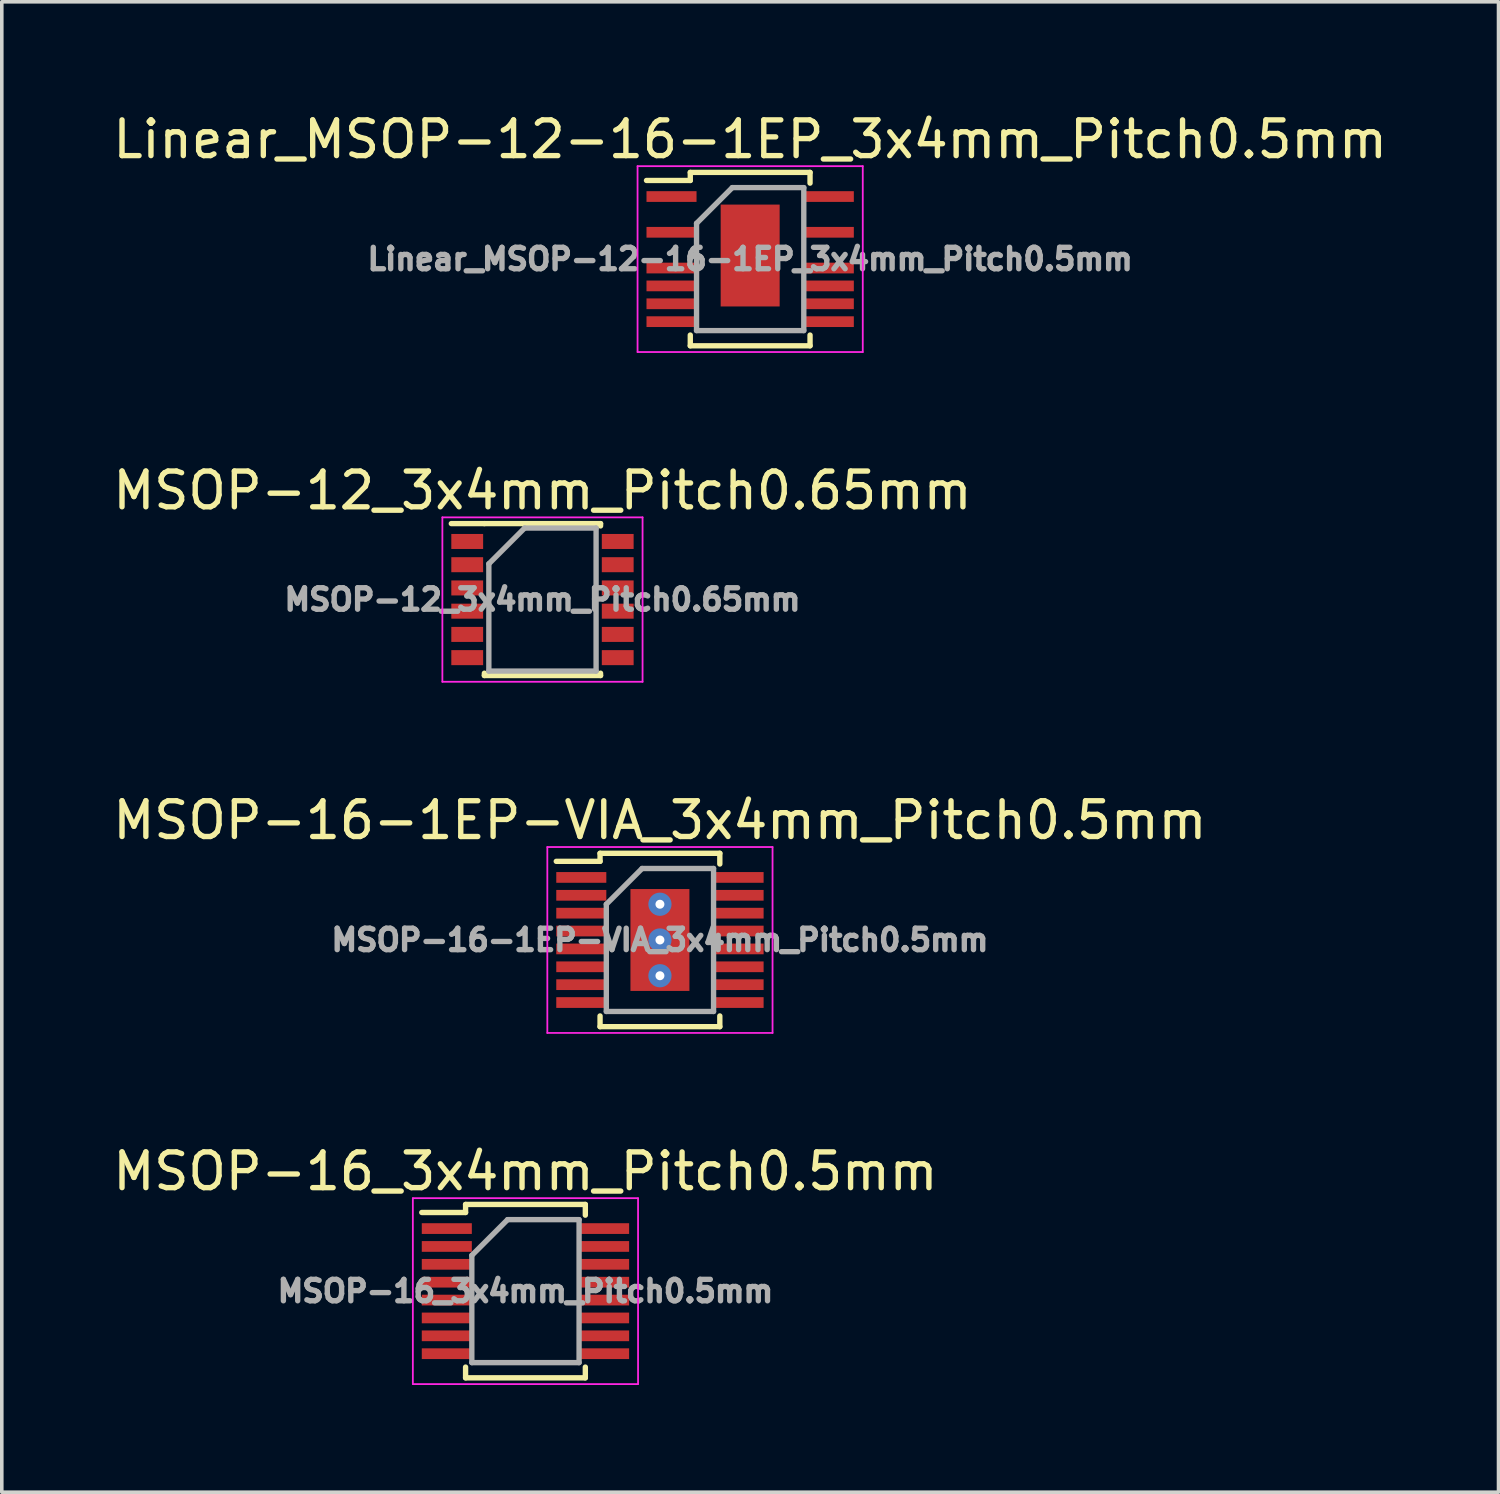
<source format=kicad_pcb>
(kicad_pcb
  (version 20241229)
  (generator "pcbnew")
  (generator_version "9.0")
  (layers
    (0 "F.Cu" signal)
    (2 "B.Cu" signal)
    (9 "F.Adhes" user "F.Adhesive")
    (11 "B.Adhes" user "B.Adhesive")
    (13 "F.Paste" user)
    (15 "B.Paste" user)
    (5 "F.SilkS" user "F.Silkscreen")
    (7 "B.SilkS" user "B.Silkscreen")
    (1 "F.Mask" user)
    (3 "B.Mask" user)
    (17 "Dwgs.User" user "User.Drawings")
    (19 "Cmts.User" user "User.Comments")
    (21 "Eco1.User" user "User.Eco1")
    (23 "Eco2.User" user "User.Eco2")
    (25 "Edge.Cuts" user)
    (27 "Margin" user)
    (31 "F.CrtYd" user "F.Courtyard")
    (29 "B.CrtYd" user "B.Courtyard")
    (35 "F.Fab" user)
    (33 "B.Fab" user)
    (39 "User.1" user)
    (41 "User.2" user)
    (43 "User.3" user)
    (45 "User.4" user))
  (footprint "MSOP-12_3x4mm_Pitch0.65mm"
    (layer "F.Cu")
    (at 12.125 13.722)
    (property "Reference" "MSOP-12_3x4mm_Pitch0.65mm" (at 0 -3.05 0) (layer "F.SilkS") (effects (font (size 1 1) (thickness 0.15))))
    (attr smd)
    (fp_line (start -1.625 -2.125) (end -2.55 -2.125) (stroke (width 0.15) (type solid)) (layer "F.SilkS"))
    (fp_line (start -1.625 -2.125) (end 1.625 -2.125) (stroke (width 0.15) (type solid)) (layer "F.SilkS"))
    (fp_line (start -1.625 2.125) (end -1.625 2.06) (stroke (width 0.15) (type solid)) (layer "F.SilkS"))
    (fp_line (start -1.625 2.125) (end 1.625 2.125) (stroke (width 0.15) (type solid)) (layer "F.SilkS"))
    (fp_line (start 1.625 -2.125) (end 1.625 -2.06) (stroke (width 0.15) (type solid)) (layer "F.SilkS"))
    (fp_line (start 1.625 2.125) (end 1.625 2.06) (stroke (width 0.15) (type solid)) (layer "F.SilkS"))
    (fp_line (start -2.8 -2.3) (end -2.8 2.3) (stroke (width 0.05) (type solid)) (layer "F.CrtYd"))
    (fp_line (start -2.8 -2.3) (end 2.8 -2.3) (stroke (width 0.05) (type solid)) (layer "F.CrtYd"))
    (fp_line (start -2.8 2.3) (end 2.8 2.3) (stroke (width 0.05) (type solid)) (layer "F.CrtYd"))
    (fp_line (start 2.8 -2.3) (end 2.8 2.3) (stroke (width 0.05) (type solid)) (layer "F.CrtYd"))
    (fp_line (start -1.5 -1) (end -0.5 -2) (stroke (width 0.15) (type solid)) (layer "F.Fab"))
    (fp_line (start -1.5 2) (end -1.5 -1) (stroke (width 0.15) (type solid)) (layer "F.Fab"))
    (fp_line (start -0.5 -2) (end 1.5 -2) (stroke (width 0.15) (type solid)) (layer "F.Fab"))
    (fp_line (start 1.5 -2) (end 1.5 2) (stroke (width 0.15) (type solid)) (layer "F.Fab"))
    (fp_line (start 1.5 2) (end -1.5 2) (stroke (width 0.15) (type solid)) (layer "F.Fab"))
    (fp_text user "${REFERENCE}" (at 0 0 0) (layer "F.Fab") (effects (font (size 0.6 0.6) (thickness 0.15))))
    (pad "1" smd rect (at -2.105 -1.625) (size 0.89 0.42) (layers "F.Cu" "F.Mask" "F.Paste"))
    (pad "2" smd rect (at -2.105 -0.975) (size 0.89 0.42) (layers "F.Cu" "F.Mask" "F.Paste"))
    (pad "3" smd rect (at -2.105 -0.325) (size 0.89 0.42) (layers "F.Cu" "F.Mask" "F.Paste"))
    (pad "4" smd rect (at -2.105 0.325) (size 0.89 0.42) (layers "F.Cu" "F.Mask" "F.Paste"))
    (pad "5" smd rect (at -2.105 0.975) (size 0.89 0.42) (layers "F.Cu" "F.Mask" "F.Paste"))
    (pad "6" smd rect (at -2.105 1.625) (size 0.89 0.42) (layers "F.Cu" "F.Mask" "F.Paste"))
    (pad "7" smd rect (at 2.105 1.625) (size 0.89 0.42) (layers "F.Cu" "F.Mask" "F.Paste"))
    (pad "8" smd rect (at 2.105 0.975) (size 0.89 0.42) (layers "F.Cu" "F.Mask" "F.Paste"))
    (pad "9" smd rect (at 2.105 0.325) (size 0.89 0.42) (layers "F.Cu" "F.Mask" "F.Paste"))
    (pad "10" smd rect (at 2.105 -0.325) (size 0.89 0.42) (layers "F.Cu" "F.Mask" "F.Paste"))
    (pad "11" smd rect (at 2.105 -0.975) (size 0.89 0.42) (layers "F.Cu" "F.Mask" "F.Paste"))
    (pad "12" smd rect (at 2.105 -1.625) (size 0.89 0.42) (layers "F.Cu" "F.Mask" "F.Paste")))
  (footprint "Linear_MSOP-12-16-1EP_3x4mm_Pitch0.5mm"
    (layer "F.Cu")
    (at 17.935 4.198)
    (property "Reference" "Linear_MSOP-12-16-1EP_3x4mm_Pitch0.5mm" (at 0 -3.35 0) (layer "F.SilkS") (effects (font (size 1 1) (thickness 0.15))))
    (attr smd)
    (fp_line (start -1.675 -2.425) (end -1.675 -2.2) (stroke (width 0.15) (type solid)) (layer "F.SilkS"))
    (fp_line (start -1.675 -2.425) (end 1.675 -2.425) (stroke (width 0.15) (type solid)) (layer "F.SilkS"))
    (fp_line (start -1.675 -2.2) (end -2.9 -2.2) (stroke (width 0.15) (type solid)) (layer "F.SilkS"))
    (fp_line (start -1.675 2.425) (end -1.675 2.125) (stroke (width 0.15) (type solid)) (layer "F.SilkS"))
    (fp_line (start -1.675 2.425) (end 1.675 2.425) (stroke (width 0.15) (type solid)) (layer "F.SilkS"))
    (fp_line (start 1.675 -2.425) (end 1.675 -2.125) (stroke (width 0.15) (type solid)) (layer "F.SilkS"))
    (fp_line (start 1.675 2.425) (end 1.675 2.125) (stroke (width 0.15) (type solid)) (layer "F.SilkS"))
    (fp_line (start -3.15 -2.6) (end -3.15 2.6) (stroke (width 0.05) (type solid)) (layer "F.CrtYd"))
    (fp_line (start -3.15 -2.6) (end 3.15 -2.6) (stroke (width 0.05) (type solid)) (layer "F.CrtYd"))
    (fp_line (start -3.15 2.6) (end 3.15 2.6) (stroke (width 0.05) (type solid)) (layer "F.CrtYd"))
    (fp_line (start 3.15 -2.6) (end 3.15 2.6) (stroke (width 0.05) (type solid)) (layer "F.CrtYd"))
    (fp_line (start -1.5 -1) (end -0.5 -2) (stroke (width 0.15) (type solid)) (layer "F.Fab"))
    (fp_line (start -1.5 2) (end -1.5 -1) (stroke (width 0.15) (type solid)) (layer "F.Fab"))
    (fp_line (start -0.5 -2) (end 1.5 -2) (stroke (width 0.15) (type solid)) (layer "F.Fab"))
    (fp_line (start 1.5 -2) (end 1.5 2) (stroke (width 0.15) (type solid)) (layer "F.Fab"))
    (fp_line (start 1.5 2) (end -1.5 2) (stroke (width 0.15) (type solid)) (layer "F.Fab"))
    (fp_text user "${REFERENCE}" (at 0 0 0) (layer "F.Fab") (effects (font (size 0.6 0.6) (thickness 0.15))))
    (pad "1" smd rect (at -2.2 -1.75) (size 1.4 0.3) (layers "F.Cu" "F.Mask" "F.Paste"))
    (pad "3" smd rect (at -2.2 -0.75) (size 1.4 0.3) (layers "F.Cu" "F.Mask" "F.Paste"))
    (pad "5" smd rect (at -2.2 0.25) (size 1.4 0.3) (layers "F.Cu" "F.Mask" "F.Paste"))
    (pad "6" smd rect (at -2.2 0.75) (size 1.4 0.3) (layers "F.Cu" "F.Mask" "F.Paste"))
    (pad "7" smd rect (at -2.2 1.25) (size 1.4 0.3) (layers "F.Cu" "F.Mask" "F.Paste"))
    (pad "8" smd rect (at -2.2 1.75) (size 1.4 0.3) (layers "F.Cu" "F.Mask" "F.Paste"))
    (pad "9" smd rect (at 2.2 1.75) (size 1.4 0.3) (layers "F.Cu" "F.Mask" "F.Paste"))
    (pad "10" smd rect (at 2.2 1.25) (size 1.4 0.3) (layers "F.Cu" "F.Mask" "F.Paste"))
    (pad "11" smd rect (at 2.2 0.75) (size 1.4 0.3) (layers "F.Cu" "F.Mask" "F.Paste"))
    (pad "12" smd rect (at 2.2 0.25) (size 1.4 0.3) (layers "F.Cu" "F.Mask" "F.Paste"))
    (pad "14" smd rect (at 2.2 -0.75) (size 1.4 0.3) (layers "F.Cu" "F.Mask" "F.Paste"))
    (pad "16" smd rect (at 2.2 -1.75) (size 1.4 0.3) (layers "F.Cu" "F.Mask" "F.Paste"))
    (pad "17" smd rect (at 0 -0.1) (size 1.65 2.85) (layers "F.Cu" "F.Mask" "F.Paste")))
  (footprint "MSOP-16-1EP-VIA_3x4mm_Pitch0.5mm"
    (layer "F.Cu")
    (at 15.411 23.245)
    (property "Reference" "MSOP-16-1EP-VIA_3x4mm_Pitch0.5mm" (at 0 -3.35 0) (layer "F.SilkS") (effects (font (size 1 1) (thickness 0.15))))
    (attr smd)
    (fp_line (start -1.675 -2.425) (end -1.675 -2.2) (stroke (width 0.15) (type solid)) (layer "F.SilkS"))
    (fp_line (start -1.675 -2.425) (end 1.675 -2.425) (stroke (width 0.15) (type solid)) (layer "F.SilkS"))
    (fp_line (start -1.675 -2.2) (end -2.9 -2.2) (stroke (width 0.15) (type solid)) (layer "F.SilkS"))
    (fp_line (start -1.675 2.425) (end -1.675 2.125) (stroke (width 0.15) (type solid)) (layer "F.SilkS"))
    (fp_line (start -1.675 2.425) (end 1.675 2.425) (stroke (width 0.15) (type solid)) (layer "F.SilkS"))
    (fp_line (start 1.675 -2.425) (end 1.675 -2.125) (stroke (width 0.15) (type solid)) (layer "F.SilkS"))
    (fp_line (start 1.675 2.425) (end 1.675 2.125) (stroke (width 0.15) (type solid)) (layer "F.SilkS"))
    (fp_line (start -3.15 -2.6) (end -3.15 2.6) (stroke (width 0.05) (type solid)) (layer "F.CrtYd"))
    (fp_line (start -3.15 -2.6) (end 3.15 -2.6) (stroke (width 0.05) (type solid)) (layer "F.CrtYd"))
    (fp_line (start -3.15 2.6) (end 3.15 2.6) (stroke (width 0.05) (type solid)) (layer "F.CrtYd"))
    (fp_line (start 3.15 -2.6) (end 3.15 2.6) (stroke (width 0.05) (type solid)) (layer "F.CrtYd"))
    (fp_line (start -1.5 -1) (end -0.5 -2) (stroke (width 0.15) (type solid)) (layer "F.Fab"))
    (fp_line (start -1.5 2) (end -1.5 -1) (stroke (width 0.15) (type solid)) (layer "F.Fab"))
    (fp_line (start -0.5 -2) (end 1.5 -2) (stroke (width 0.15) (type solid)) (layer "F.Fab"))
    (fp_line (start 1.5 -2) (end 1.5 2) (stroke (width 0.15) (type solid)) (layer "F.Fab"))
    (fp_line (start 1.5 2) (end -1.5 2) (stroke (width 0.15) (type solid)) (layer "F.Fab"))
    (fp_text user "${REFERENCE}" (at 0 0 0) (layer "F.Fab") (effects (font (size 0.6 0.6) (thickness 0.15))))
    (pad "1" smd rect (at -2.2 -1.75) (size 1.4 0.3) (layers "F.Cu" "F.Mask" "F.Paste"))
    (pad "2" smd rect (at -2.2 -1.25) (size 1.4 0.3) (layers "F.Cu" "F.Mask" "F.Paste"))
    (pad "3" smd rect (at -2.2 -0.75) (size 1.4 0.3) (layers "F.Cu" "F.Mask" "F.Paste"))
    (pad "4" smd rect (at -2.2 -0.25) (size 1.4 0.3) (layers "F.Cu" "F.Mask" "F.Paste"))
    (pad "5" smd rect (at -2.2 0.25) (size 1.4 0.3) (layers "F.Cu" "F.Mask" "F.Paste"))
    (pad "6" smd rect (at -2.2 0.75) (size 1.4 0.3) (layers "F.Cu" "F.Mask" "F.Paste"))
    (pad "7" smd rect (at -2.2 1.25) (size 1.4 0.3) (layers "F.Cu" "F.Mask" "F.Paste"))
    (pad "8" smd rect (at -2.2 1.75) (size 1.4 0.3) (layers "F.Cu" "F.Mask" "F.Paste"))
    (pad "9" smd rect (at 2.2 1.75) (size 1.4 0.3) (layers "F.Cu" "F.Mask" "F.Paste"))
    (pad "10" smd rect (at 2.2 1.25) (size 1.4 0.3) (layers "F.Cu" "F.Mask" "F.Paste"))
    (pad "11" smd rect (at 2.2 0.75) (size 1.4 0.3) (layers "F.Cu" "F.Mask" "F.Paste"))
    (pad "12" smd rect (at 2.2 0.25) (size 1.4 0.3) (layers "F.Cu" "F.Mask" "F.Paste"))
    (pad "13" smd rect (at 2.2 -0.25) (size 1.4 0.3) (layers "F.Cu" "F.Mask" "F.Paste"))
    (pad "14" smd rect (at 2.2 -0.75) (size 1.4 0.3) (layers "F.Cu" "F.Mask" "F.Paste"))
    (pad "15" smd rect (at 2.2 -1.25) (size 1.4 0.3) (layers "F.Cu" "F.Mask" "F.Paste"))
    (pad "16" smd rect (at 2.2 -1.75) (size 1.4 0.3) (layers "F.Cu" "F.Mask" "F.Paste"))
    (pad "17" thru_hole circle (at 0 -1) (size 0.65 0.65) (drill 0.25) (layers "*.Cu" "*.Paste" "*.Mask"))
    (pad "17" thru_hole circle (at 0 0) (size 0.65 0.65) (drill 0.25) (layers "*.Cu" "*.Paste" "*.Mask"))
    (pad "17" smd rect (at 0 0) (size 1.65 2.85) (layers "F.Cu" "F.Mask" "F.Paste"))
    (pad "17" thru_hole circle (at 0 1) (size 0.65 0.65) (drill 0.25) (layers "*.Cu" "*.Paste" "*.Mask")))
  (footprint "MSOP-16_3x4mm_Pitch0.5mm"
    (layer "F.Cu")
    (at 11.649 33.068)
    (property "Reference" "MSOP-16_3x4mm_Pitch0.5mm" (at 0 -3.35 0) (layer "F.SilkS") (effects (font (size 1 1) (thickness 0.15))))
    (attr smd)
    (fp_line (start -1.675 -2.425) (end -1.675 -2.2) (stroke (width 0.15) (type solid)) (layer "F.SilkS"))
    (fp_line (start -1.675 -2.425) (end 1.675 -2.425) (stroke (width 0.15) (type solid)) (layer "F.SilkS"))
    (fp_line (start -1.675 -2.2) (end -2.9 -2.2) (stroke (width 0.15) (type solid)) (layer "F.SilkS"))
    (fp_line (start -1.675 2.425) (end -1.675 2.125) (stroke (width 0.15) (type solid)) (layer "F.SilkS"))
    (fp_line (start -1.675 2.425) (end 1.675 2.425) (stroke (width 0.15) (type solid)) (layer "F.SilkS"))
    (fp_line (start 1.675 -2.425) (end 1.675 -2.125) (stroke (width 0.15) (type solid)) (layer "F.SilkS"))
    (fp_line (start 1.675 2.425) (end 1.675 2.125) (stroke (width 0.15) (type solid)) (layer "F.SilkS"))
    (fp_line (start -3.15 -2.6) (end -3.15 2.6) (stroke (width 0.05) (type solid)) (layer "F.CrtYd"))
    (fp_line (start -3.15 -2.6) (end 3.15 -2.6) (stroke (width 0.05) (type solid)) (layer "F.CrtYd"))
    (fp_line (start -3.15 2.6) (end 3.15 2.6) (stroke (width 0.05) (type solid)) (layer "F.CrtYd"))
    (fp_line (start 3.15 -2.6) (end 3.15 2.6) (stroke (width 0.05) (type solid)) (layer "F.CrtYd"))
    (fp_line (start -1.5 -1) (end -0.5 -2) (stroke (width 0.15) (type solid)) (layer "F.Fab"))
    (fp_line (start -1.5 2) (end -1.5 -1) (stroke (width 0.15) (type solid)) (layer "F.Fab"))
    (fp_line (start -0.5 -2) (end 1.5 -2) (stroke (width 0.15) (type solid)) (layer "F.Fab"))
    (fp_line (start 1.5 -2) (end 1.5 2) (stroke (width 0.15) (type solid)) (layer "F.Fab"))
    (fp_line (start 1.5 2) (end -1.5 2) (stroke (width 0.15) (type solid)) (layer "F.Fab"))
    (fp_text user "${REFERENCE}" (at 0 0 0) (layer "F.Fab") (effects (font (size 0.6 0.6) (thickness 0.15))))
    (pad "1" smd rect (at -2.2 -1.75) (size 1.4 0.3) (layers "F.Cu" "F.Mask" "F.Paste"))
    (pad "2" smd rect (at -2.2 -1.25) (size 1.4 0.3) (layers "F.Cu" "F.Mask" "F.Paste"))
    (pad "3" smd rect (at -2.2 -0.75) (size 1.4 0.3) (layers "F.Cu" "F.Mask" "F.Paste"))
    (pad "4" smd rect (at -2.2 -0.25) (size 1.4 0.3) (layers "F.Cu" "F.Mask" "F.Paste"))
    (pad "5" smd rect (at -2.2 0.25) (size 1.4 0.3) (layers "F.Cu" "F.Mask" "F.Paste"))
    (pad "6" smd rect (at -2.2 0.75) (size 1.4 0.3) (layers "F.Cu" "F.Mask" "F.Paste"))
    (pad "7" smd rect (at -2.2 1.25) (size 1.4 0.3) (layers "F.Cu" "F.Mask" "F.Paste"))
    (pad "8" smd rect (at -2.2 1.75) (size 1.4 0.3) (layers "F.Cu" "F.Mask" "F.Paste"))
    (pad "9" smd rect (at 2.2 1.75) (size 1.4 0.3) (layers "F.Cu" "F.Mask" "F.Paste"))
    (pad "10" smd rect (at 2.2 1.25) (size 1.4 0.3) (layers "F.Cu" "F.Mask" "F.Paste"))
    (pad "11" smd rect (at 2.2 0.75) (size 1.4 0.3) (layers "F.Cu" "F.Mask" "F.Paste"))
    (pad "12" smd rect (at 2.2 0.25) (size 1.4 0.3) (layers "F.Cu" "F.Mask" "F.Paste"))
    (pad "13" smd rect (at 2.2 -0.25) (size 1.4 0.3) (layers "F.Cu" "F.Mask" "F.Paste"))
    (pad "14" smd rect (at 2.2 -0.75) (size 1.4 0.3) (layers "F.Cu" "F.Mask" "F.Paste"))
    (pad "15" smd rect (at 2.2 -1.25) (size 1.4 0.3) (layers "F.Cu" "F.Mask" "F.Paste"))
    (pad "16" smd rect (at 2.2 -1.75) (size 1.4 0.3) (layers "F.Cu" "F.Mask" "F.Paste")))
  (gr_rect
    (start -3 -3)
    (end 38.869 38.693)
    (stroke (width 0.1) (type default))
    (fill no)
    (layer "Edge.Cuts")))
</source>
